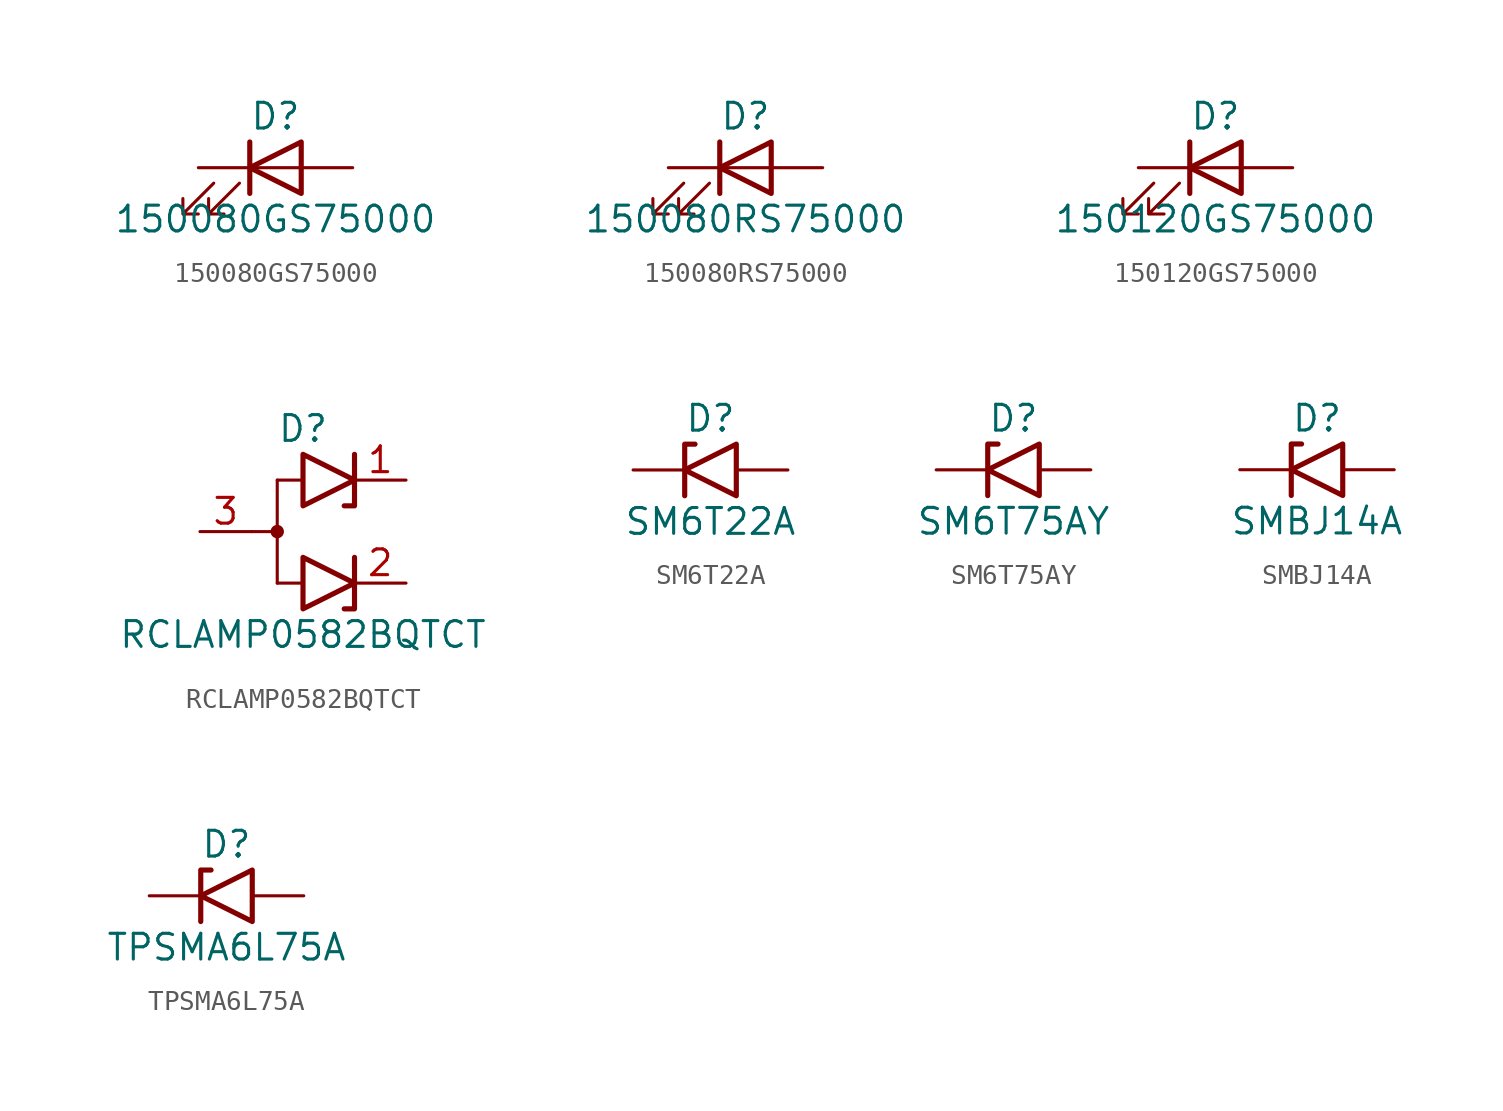
<source format=kicad_sym>
(kicad_symbol_lib
  (version 20241209)
  (generator "kicad_symbol_editor")
  (generator_version "9.0")
  (symbol "150080GS75000"
    (pin_numbers
      (hide yes))
    (pin_names
      (offset 1.016)
      (hide yes))
    (property "Reference" "D"
      (at 0 2.54 0)
      (effects (font (size 1.27 1.27))))
    (property "Value" "150080GS75000"
      (at 0 -2.54 0)
      (effects (font (size 1.27 1.27))))
    (symbol "150080GS75000_0_1"
      (polyline (pts (xy -3.048 -0.762) (xy -4.572 -2.286) (xy -3.81 -2.286) (xy -4.572 -2.286) (xy -4.572 -1.524)) (stroke (width 0) (type default)) (fill (type none)))
      (polyline (pts (xy -1.778 -0.762) (xy -3.302 -2.286) (xy -2.54 -2.286) (xy -3.302 -2.286) (xy -3.302 -1.524)) (stroke (width 0) (type default)) (fill (type none)))
      (polyline (pts (xy -1.27 0) (xy 1.27 0)) (stroke (width 0) (type default)) (fill (type none)))
      (polyline (pts (xy -1.27 -1.27) (xy -1.27 1.27)) (stroke (width 0.254) (type default)) (fill (type none)))
      (polyline (pts (xy 1.27 -1.27) (xy 1.27 1.27) (xy -1.27 0) (xy 1.27 -1.27)) (stroke (width 0.254) (type default)) (fill (type none))))
    (symbol "150080GS75000_1_1"
      (pin passive line (at -3.81 0 0) (length 2.54) (name "K" (effects (font (size 1.27 1.27)))) (number "1" (effects (font (size 1.27 1.27)))))
      (pin passive line (at 3.81 0 180) (length 2.54) (name "A" (effects (font (size 1.27 1.27)))) (number "2" (effects (font (size 1.27 1.27)))))))
  (symbol "150080RS75000"
    (pin_numbers
      (hide yes))
    (pin_names
      (offset 1.016)
      (hide yes))
    (property "Reference" "D"
      (at 0 2.54 0)
      (effects (font (size 1.27 1.27))))
    (property "Value" "150080RS75000"
      (at 0 -2.54 0)
      (effects (font (size 1.27 1.27))))
    (symbol "150080RS75000_0_1"
      (polyline (pts (xy -3.048 -0.762) (xy -4.572 -2.286) (xy -3.81 -2.286) (xy -4.572 -2.286) (xy -4.572 -1.524)) (stroke (width 0) (type default)) (fill (type none)))
      (polyline (pts (xy -1.778 -0.762) (xy -3.302 -2.286) (xy -2.54 -2.286) (xy -3.302 -2.286) (xy -3.302 -1.524)) (stroke (width 0) (type default)) (fill (type none)))
      (polyline (pts (xy -1.27 0) (xy 1.27 0)) (stroke (width 0) (type default)) (fill (type none)))
      (polyline (pts (xy -1.27 -1.27) (xy -1.27 1.27)) (stroke (width 0.254) (type default)) (fill (type none)))
      (polyline (pts (xy 1.27 -1.27) (xy 1.27 1.27) (xy -1.27 0) (xy 1.27 -1.27)) (stroke (width 0.254) (type default)) (fill (type none))))
    (symbol "150080RS75000_1_1"
      (pin passive line (at -3.81 0 0) (length 2.54) (name "K" (effects (font (size 1.27 1.27)))) (number "1" (effects (font (size 1.27 1.27)))))
      (pin passive line (at 3.81 0 180) (length 2.54) (name "A" (effects (font (size 1.27 1.27)))) (number "2" (effects (font (size 1.27 1.27)))))))
  (symbol "150120GS75000"
    (pin_numbers
      (hide yes))
    (pin_names
      (offset 1.016)
      (hide yes))
    (property "Reference" "D"
      (at 0 2.54 0)
      (effects (font (size 1.27 1.27))))
    (property "Value" "150120GS75000"
      (at 0 -2.54 0)
      (effects (font (size 1.27 1.27))))
    (symbol "150120GS75000_0_1"
      (polyline (pts (xy -3.048 -0.762) (xy -4.572 -2.286) (xy -3.81 -2.286) (xy -4.572 -2.286) (xy -4.572 -1.524)) (stroke (width 0) (type default)) (fill (type none)))
      (polyline (pts (xy -1.778 -0.762) (xy -3.302 -2.286) (xy -2.54 -2.286) (xy -3.302 -2.286) (xy -3.302 -1.524)) (stroke (width 0) (type default)) (fill (type none)))
      (polyline (pts (xy -1.27 0) (xy 1.27 0)) (stroke (width 0) (type default)) (fill (type none)))
      (polyline (pts (xy -1.27 -1.27) (xy -1.27 1.27)) (stroke (width 0.254) (type default)) (fill (type none)))
      (polyline (pts (xy 1.27 -1.27) (xy 1.27 1.27) (xy -1.27 0) (xy 1.27 -1.27)) (stroke (width 0.254) (type default)) (fill (type none))))
    (symbol "150120GS75000_1_1"
      (pin passive line (at -3.81 0 0) (length 2.54) (name "K" (effects (font (size 1.27 1.27)))) (number "1" (effects (font (size 1.27 1.27)))))
      (pin passive line (at 3.81 0 180) (length 2.54) (name "A" (effects (font (size 1.27 1.27)))) (number "2" (effects (font (size 1.27 1.27)))))))
  (symbol "RCLAMP0582BQTCT"
    (pin_names
      (hide yes))
    (property "Reference" "D"
      (at 0 5.08 0)
      (effects (font (size 1.27 1.27))))
    (property "Value" "RCLAMP0582BQTCT"
      (at 0 -5.08 0)
      (effects (font (size 1.27 1.27))))
    (symbol "RCLAMP0582BQTCT_0_1"
      (polyline (pts (xy -2.54 0) (xy -1.27 0)) (stroke (width 0) (type default)) (fill (type none)))
      (polyline (pts (xy -1.27 2.54) (xy -1.27 -2.54)) (stroke (width 0) (type default)) (fill (type none)))
      (polyline (pts (xy 0 2.54) (xy -1.27 2.54)) (stroke (width 0.152) (type default)) (fill (type none)))
      (polyline (pts (xy 0 1.27) (xy 0 3.81) (xy 2.54 2.54) (xy 0 1.27)) (stroke (width 0.254) (type default)) (fill (type none)))
      (polyline (pts (xy 2.54 3.81) (xy 2.54 1.27) (xy 2.032 1.27)) (stroke (width 0.254) (type default)) (fill (type none)))
      (pin passive line (at -5.08 0 0) (length 2.54) (name "A" (effects (font (size 1.27 1.27)))) (number "3" (effects (font (size 1.27 1.27))))))
    (symbol "RCLAMP0582BQTCT_1_1"
      (circle (center -1.27 0) (radius 0.254) (stroke (width 0) (type default)) (fill (type outline)))
      (polyline (pts (xy 0 -2.54) (xy -1.27 -2.54)) (stroke (width 0.152) (type default)) (fill (type none)))
      (polyline (pts (xy 0 -3.81) (xy 0 -1.27) (xy 2.54 -2.54) (xy 0 -3.81)) (stroke (width 0.254) (type default)) (fill (type none)))
      (polyline (pts (xy 2.54 -1.27) (xy 2.54 -3.81) (xy 2.032 -3.81)) (stroke (width 0.254) (type default)) (fill (type none)))
      (pin passive line (at 5.08 2.54 180) (length 2.54) (name "K1" (effects (font (size 1.27 1.27)))) (number "1" (effects (font (size 1.27 1.27)))))
      (pin passive line (at 5.08 -2.54 180) (length 2.54) (name "K2" (effects (font (size 1.27 1.27)))) (number "2" (effects (font (size 1.27 1.27)))))))
  (symbol "SM6T22A"
    (pin_numbers
      (hide yes))
    (pin_names
      (offset 1.016)
      (hide yes))
    (property "Reference" "D"
      (at 0 2.54 0)
      (effects (font (size 1.27 1.27))))
    (property "Value" "SM6T22A"
      (at 0 -2.54 0)
      (effects (font (size 1.27 1.27))))
    (symbol "SM6T22A_0_1"
      (polyline (pts (xy -0.762 1.27) (xy -1.27 1.27) (xy -1.27 -1.27)) (stroke (width 0.254) (type default)) (fill (type none)))
      (polyline (pts (xy 1.27 1.27) (xy 1.27 -1.27) (xy -1.27 0) (xy 1.27 1.27)) (stroke (width 0.254) (type default)) (fill (type none))))
    (symbol "SM6T22A_1_1"
      (pin passive line (at -3.81 0 0) (length 2.54) (name "A1" (effects (font (size 1.27 1.27)))) (number "1" (effects (font (size 1.27 1.27)))))
      (pin passive line (at 3.81 0 180) (length 2.54) (name "A2" (effects (font (size 1.27 1.27)))) (number "2" (effects (font (size 1.27 1.27)))))))
  (symbol "SM6T75AY"
    (pin_numbers
      (hide yes))
    (pin_names
      (offset 1.016)
      (hide yes))
    (property "Reference" "D"
      (at 0 2.54 0)
      (effects (font (size 1.27 1.27))))
    (property "Value" "SM6T75AY"
      (at 0 -2.54 0)
      (effects (font (size 1.27 1.27))))
    (symbol "SM6T75AY_0_1"
      (polyline (pts (xy -0.762 1.27) (xy -1.27 1.27) (xy -1.27 -1.27)) (stroke (width 0.254) (type default)) (fill (type none)))
      (polyline (pts (xy 1.27 1.27) (xy 1.27 -1.27) (xy -1.27 0) (xy 1.27 1.27)) (stroke (width 0.254) (type default)) (fill (type none))))
    (symbol "SM6T75AY_1_1"
      (pin passive line (at -3.81 0 0) (length 2.54) (name "A1" (effects (font (size 1.27 1.27)))) (number "1" (effects (font (size 1.27 1.27)))))
      (pin passive line (at 3.81 0 180) (length 2.54) (name "A2" (effects (font (size 1.27 1.27)))) (number "2" (effects (font (size 1.27 1.27)))))))
  (symbol "SMBJ14A"
    (pin_numbers
      (hide yes))
    (pin_names
      (offset 1.016)
      (hide yes))
    (property "Reference" "D"
      (at 0 2.54 0)
      (effects (font (size 1.27 1.27))))
    (property "Value" "SMBJ14A"
      (at 0 -2.54 0)
      (effects (font (size 1.27 1.27))))
    (symbol "SMBJ14A_0_1"
      (polyline (pts (xy -0.762 1.27) (xy -1.27 1.27) (xy -1.27 -1.27)) (stroke (width 0.254) (type default)) (fill (type none)))
      (polyline (pts (xy 1.27 1.27) (xy 1.27 -1.27) (xy -1.27 0) (xy 1.27 1.27)) (stroke (width 0.254) (type default)) (fill (type none))))
    (symbol "SMBJ14A_1_1"
      (pin passive line (at -3.81 0 0) (length 2.54) (name "A1" (effects (font (size 1.27 1.27)))) (number "1" (effects (font (size 1.27 1.27)))))
      (pin passive line (at 3.81 0 180) (length 2.54) (name "A2" (effects (font (size 1.27 1.27)))) (number "2" (effects (font (size 1.27 1.27)))))))
  (symbol "TPSMA6L75A"
    (pin_numbers
      (hide yes))
    (pin_names
      (offset 1.016)
      (hide yes))
    (property "Reference" "D"
      (at 0 2.54 0)
      (effects (font (size 1.27 1.27))))
    (property "Value" "TPSMA6L75A"
      (at 0 -2.54 0)
      (effects (font (size 1.27 1.27))))
    (symbol "TPSMA6L75A_0_1"
      (polyline (pts (xy -0.762 1.27) (xy -1.27 1.27) (xy -1.27 -1.27)) (stroke (width 0.254) (type default)) (fill (type none)))
      (polyline (pts (xy 1.27 1.27) (xy 1.27 -1.27) (xy -1.27 0) (xy 1.27 1.27)) (stroke (width 0.254) (type default)) (fill (type none))))
    (symbol "TPSMA6L75A_1_1"
      (pin passive line (at -3.81 0 0) (length 2.54) (name "A1" (effects (font (size 1.27 1.27)))) (number "1" (effects (font (size 1.27 1.27)))))
      (pin passive line (at 3.81 0 180) (length 2.54) (name "A2" (effects (font (size 1.27 1.27)))) (number "2" (effects (font (size 1.27 1.27))))))))
</source>
